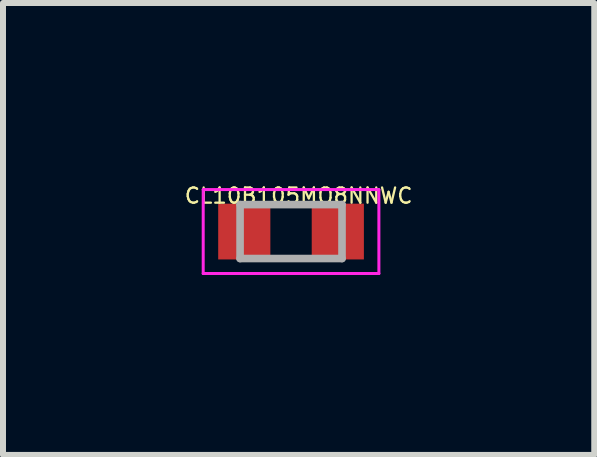
<source format=kicad_pcb>
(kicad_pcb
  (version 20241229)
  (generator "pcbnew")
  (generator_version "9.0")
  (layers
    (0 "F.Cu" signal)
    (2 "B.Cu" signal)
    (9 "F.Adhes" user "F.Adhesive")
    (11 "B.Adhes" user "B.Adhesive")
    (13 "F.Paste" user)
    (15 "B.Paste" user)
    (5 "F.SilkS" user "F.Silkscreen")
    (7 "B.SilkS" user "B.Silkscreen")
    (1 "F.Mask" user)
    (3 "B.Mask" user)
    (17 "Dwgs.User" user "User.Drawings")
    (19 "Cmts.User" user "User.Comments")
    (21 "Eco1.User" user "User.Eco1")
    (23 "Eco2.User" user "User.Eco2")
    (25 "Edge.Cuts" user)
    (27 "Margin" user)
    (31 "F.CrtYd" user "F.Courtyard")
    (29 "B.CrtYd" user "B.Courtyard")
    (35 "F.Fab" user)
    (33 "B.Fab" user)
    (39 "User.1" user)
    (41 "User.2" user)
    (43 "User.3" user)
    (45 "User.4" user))
  (footprint "CL10B105MO8NNWC"
    (layer "F.Cu")
    (at 1.804 0.812)
    (property "Reference" "CL10B105MO8NNWC" (at 0.127 -0.597 0) (layer "F.SilkS") (effects (font (size 0.254 0.254) (thickness 0.038))))
    (attr smd)
    (fp_line (start -1.465 -0.7) (end 1.465 -0.7) (stroke (width 0.05) (type solid)) (layer "F.CrtYd"))
    (fp_line (start -1.465 0.7) (end -1.465 -0.7) (stroke (width 0.05) (type solid)) (layer "F.CrtYd"))
    (fp_line (start -1.465 0.7) (end 1.465 0.7) (stroke (width 0.05) (type solid)) (layer "F.CrtYd"))
    (fp_line (start 1.465 0.7) (end 1.465 -0.7) (stroke (width 0.05) (type solid)) (layer "F.CrtYd"))
    (fp_line (start -0.85 0.45) (end -0.85 -0.45) (stroke (width 0.127) (type solid)) (layer "F.Fab"))
    (fp_line (start 0.85 -0.45) (end -0.85 -0.45) (stroke (width 0.127) (type solid)) (layer "F.Fab"))
    (fp_line (start 0.85 0.45) (end -0.85 0.45) (stroke (width 0.127) (type solid)) (layer "F.Fab"))
    (fp_line (start 0.85 0.45) (end 0.85 -0.45) (stroke (width 0.127) (type solid)) (layer "F.Fab"))
    (pad "1" smd rect (at -0.78 0) (size 0.87 0.93) (layers "F.Cu" "F.Mask" "F.Paste"))
    (pad "2" smd rect (at 0.78 0) (size 0.87 0.93) (layers "F.Cu" "F.Mask" "F.Paste")))
  (gr_rect
    (start -3 -3)
    (end 6.861 4.537)
    (stroke (width 0.1) (type default))
    (fill no)
    (layer "Edge.Cuts")))
</source>
